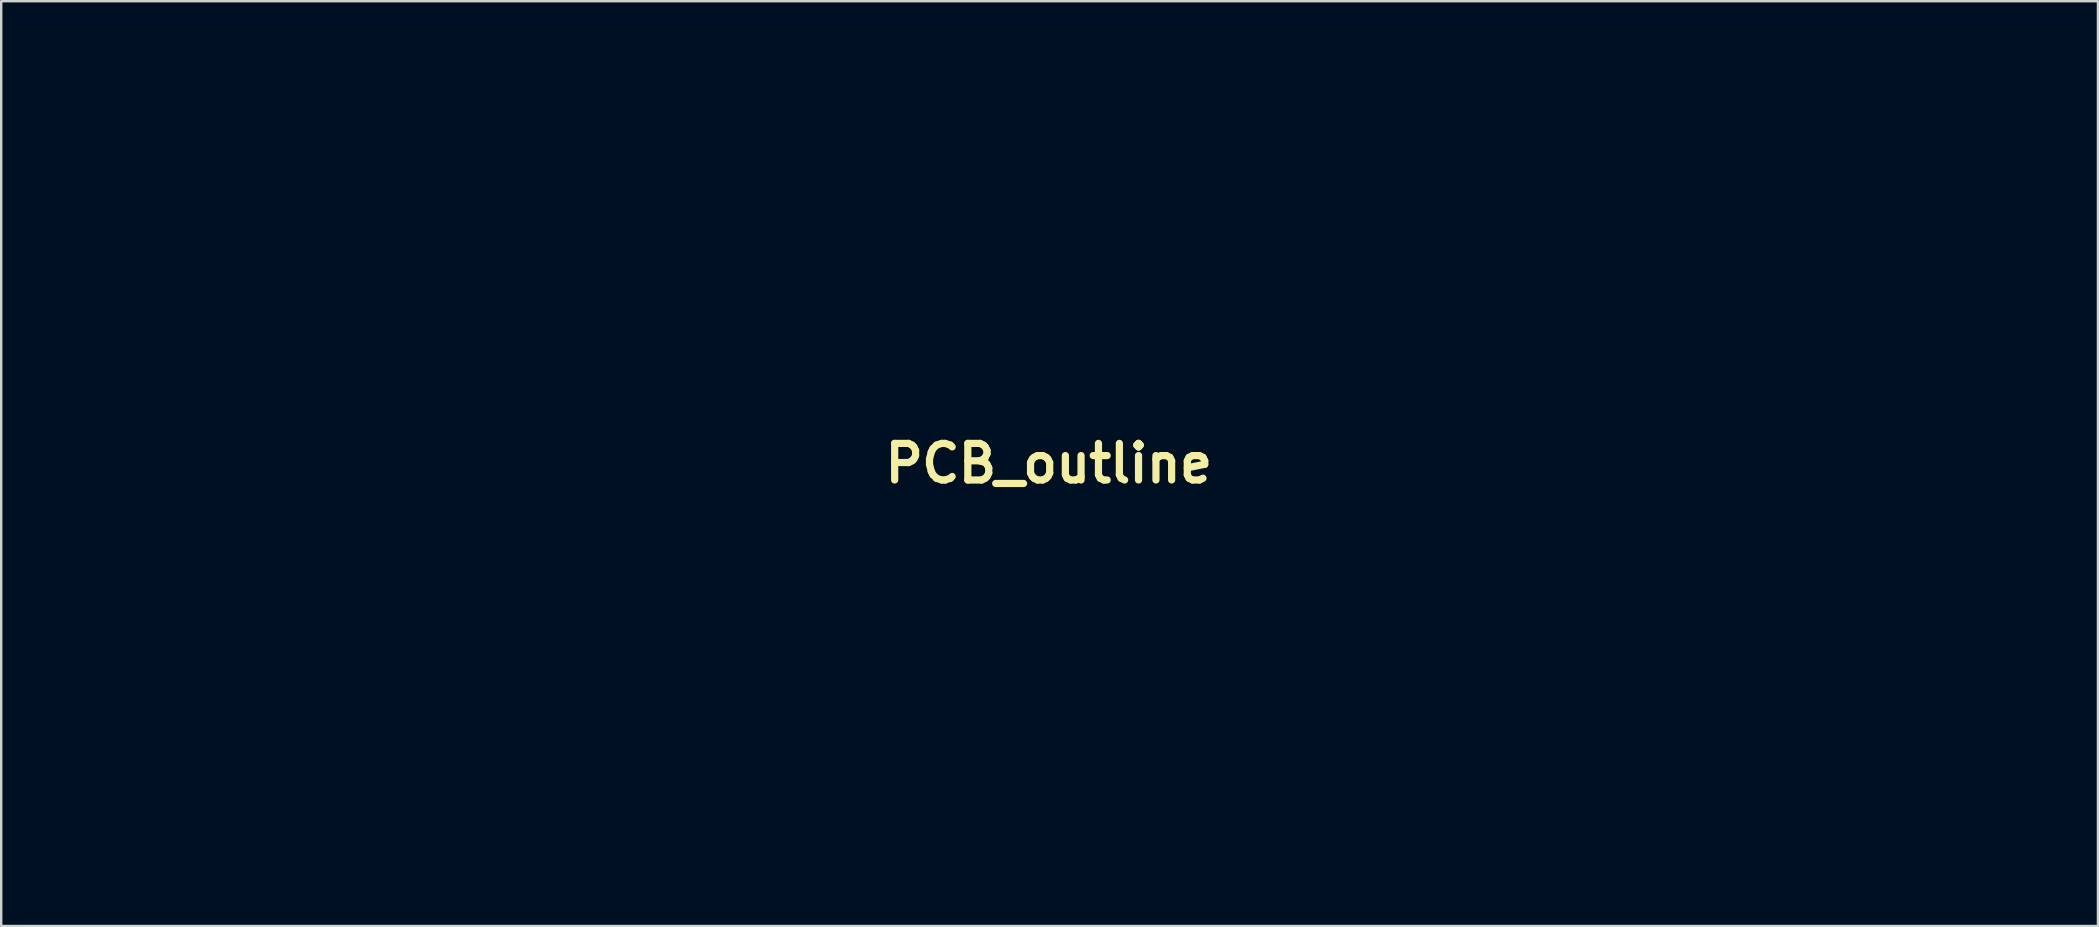
<source format=kicad_pcb>
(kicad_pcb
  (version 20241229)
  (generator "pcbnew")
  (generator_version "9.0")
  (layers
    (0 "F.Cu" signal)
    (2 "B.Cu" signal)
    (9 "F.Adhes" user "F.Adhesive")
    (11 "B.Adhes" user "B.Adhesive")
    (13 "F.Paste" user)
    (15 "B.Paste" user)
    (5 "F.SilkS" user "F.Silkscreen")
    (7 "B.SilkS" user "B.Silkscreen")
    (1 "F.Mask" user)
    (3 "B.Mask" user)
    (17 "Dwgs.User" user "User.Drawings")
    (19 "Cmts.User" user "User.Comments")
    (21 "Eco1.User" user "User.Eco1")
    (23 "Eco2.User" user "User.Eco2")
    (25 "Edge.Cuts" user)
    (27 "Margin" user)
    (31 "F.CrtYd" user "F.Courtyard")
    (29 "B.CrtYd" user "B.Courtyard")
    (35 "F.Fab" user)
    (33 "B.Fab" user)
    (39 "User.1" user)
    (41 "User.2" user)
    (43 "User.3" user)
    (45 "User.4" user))
  (footprint "PCB_outline"
    (layer "F.Cu")
    (at 40.648 16.258)
    (property "Reference" "PCB_outline" (at 0 0 0) (layer "F.SilkS") (effects (font (size 1.524 1.524) (thickness 0.3))))
    (attr through_hole)
    (fp_poly (pts (xy 10.181 -16.253) (xy 11.764 -16.252) (xy 13.282 -16.252) (xy 14.734 -16.252) (xy 16.123 -16.252) (xy 17.45 -16.252) (xy 18.716 -16.252) (xy 19.922 -16.251) (xy 21.069 -16.251) (xy 22.16 -16.25) (xy 23.194 -16.25) (xy 24.174 -16.249) (xy 25.1 -16.249) (xy 25.974 -16.248) (xy 26.798 -16.247) (xy 27.571 -16.246) (xy 28.297 -16.245) (xy 28.975 -16.244) (xy 29.608 -16.243) (xy 30.196 -16.242) (xy 30.741 -16.241) (xy 31.244 -16.24) (xy 31.706 -16.238) (xy 32.129 -16.237) (xy 32.513 -16.235) (xy 32.861 -16.234) (xy 33.173 -16.232) (xy 33.451 -16.23) (xy 33.696 -16.228) (xy 33.909 -16.226) (xy 34.092 -16.224) (xy 34.245 -16.222) (xy 34.37 -16.219) (xy 34.469 -16.217) (xy 34.542 -16.214) (xy 34.591 -16.212) (xy 34.616 -16.209) (xy 34.886 -16.159) (xy 35.103 -16.118) (xy 35.278 -16.081) (xy 35.426 -16.047) (xy 35.561 -16.011) (xy 35.696 -15.97) (xy 35.845 -15.922) (xy 35.852 -15.919) (xy 36.036 -15.856) (xy 36.22 -15.788) (xy 36.382 -15.724) (xy 36.487 -15.679) (xy 36.619 -15.618) (xy 36.743 -15.562) (xy 36.828 -15.525) (xy 36.95 -15.464) (xy 37.114 -15.372) (xy 37.304 -15.257) (xy 37.506 -15.129) (xy 37.706 -14.996) (xy 37.889 -14.867) (xy 37.961 -14.814) (xy 38.101 -14.703) (xy 38.261 -14.566) (xy 38.431 -14.412) (xy 38.601 -14.252) (xy 38.762 -14.093) (xy 38.904 -13.947) (xy 39.018 -13.821) (xy 39.093 -13.726) (xy 39.113 -13.695) (xy 39.156 -13.625) (xy 39.191 -13.593) (xy 39.193 -13.592) (xy 39.226 -13.565) (xy 39.288 -13.488) (xy 39.371 -13.372) (xy 39.468 -13.228) (xy 39.573 -13.066) (xy 39.68 -12.895) (xy 39.78 -12.726) (xy 39.83 -12.639) (xy 40.138 -12.018) (xy 40.382 -11.377) (xy 40.56 -10.715) (xy 40.672 -10.037) (xy 40.678 -9.981) (xy 40.69 -9.813) (xy 40.699 -9.596) (xy 40.704 -9.342) (xy 40.705 -9.063) (xy 40.702 -8.77) (xy 40.697 -8.474) (xy 40.688 -8.187) (xy 40.677 -7.921) (xy 40.663 -7.687) (xy 40.647 -7.497) (xy 40.629 -7.362) (xy 40.626 -7.345) (xy 40.512 -6.847) (xy 40.388 -6.402) (xy 40.247 -5.995) (xy 40.085 -5.609) (xy 39.895 -5.229) (xy 39.707 -4.9) (xy 39.618 -4.752) (xy 39.547 -4.636) (xy 39.482 -4.537) (xy 39.414 -4.441) (xy 39.333 -4.334) (xy 39.228 -4.202) (xy 39.099 -4.04) (xy 39.058 -3.995) (xy 38.969 -3.902) (xy 38.837 -3.765) (xy 38.662 -3.586) (xy 38.446 -3.367) (xy 38.193 -3.109) (xy 37.902 -2.816) (xy 37.578 -2.488) (xy 37.222 -2.128) (xy 36.835 -1.738) (xy 36.42 -1.32) (xy 35.979 -0.876) (xy 35.515 -0.408) (xy 35.028 0.081) (xy 34.521 0.59) (xy 33.997 1.117) (xy 33.456 1.66) (xy 32.902 2.216) (xy 32.337 2.784) (xy 31.761 3.361) (xy 31.178 3.946) (xy 30.59 4.536) (xy 29.998 5.129) (xy 29.404 5.724) (xy 28.812 6.318) (xy 28.221 6.909) (xy 27.636 7.495) (xy 27.057 8.074) (xy 26.487 8.644) (xy 25.928 9.203) (xy 25.382 9.749) (xy 24.85 10.28) (xy 24.336 10.793) (xy 23.841 11.288) (xy 23.367 11.761) (xy 22.916 12.21) (xy 22.49 12.635) (xy 22.091 13.031) (xy 21.722 13.399) (xy 21.384 13.734) (xy 21.08 14.036) (xy 20.811 14.303) (xy 20.579 14.531) (xy 20.387 14.72) (xy 20.237 14.867) (xy 20.13 14.97) (xy 20.069 15.027) (xy 20.063 15.032) (xy 19.722 15.305) (xy 19.392 15.531) (xy 19.052 15.722) (xy 18.682 15.887) (xy 18.265 16.039) (xy 18.245 16.045) (xy 18.205 16.059) (xy 18.171 16.072) (xy 18.141 16.085) (xy 18.114 16.097) (xy 18.088 16.109) (xy 18.061 16.12) (xy 18.034 16.131) (xy 18.003 16.141) (xy 17.967 16.15) (xy 17.926 16.159) (xy 17.877 16.168) (xy 17.819 16.176) (xy 17.751 16.184) (xy 17.671 16.191) (xy 17.578 16.198) (xy 17.47 16.204) (xy 17.345 16.21) (xy 17.203 16.216) (xy 17.042 16.221) (xy 16.861 16.226) (xy 16.657 16.231) (xy 16.43 16.235) (xy 16.178 16.239) (xy 15.899 16.243) (xy 15.593 16.246) (xy 15.257 16.249) (xy 14.89 16.252) (xy 14.491 16.254) (xy 14.059 16.256) (xy 13.591 16.258) (xy 13.087 16.26) (xy 12.545 16.262) (xy 11.963 16.263) (xy 11.34 16.264) (xy 10.675 16.265) (xy 9.965 16.266) (xy 9.211 16.266) (xy 8.409 16.267) (xy 7.56 16.267) (xy 6.66 16.267) (xy 5.71 16.267) (xy 4.706 16.267) (xy 3.649 16.267) (xy 2.536 16.267) (xy 1.366 16.267) (xy 0.138 16.266) (xy -1.151 16.266) (xy -2.5 16.266) (xy -3.913 16.265) (xy -5.39 16.265) (xy -6.933 16.265) (xy -8.5 16.264) (xy -9.826 16.264) (xy -11.135 16.264) (xy -12.426 16.263) (xy -13.697 16.263) (xy -14.946 16.262) (xy -16.172 16.262) (xy -17.373 16.262) (xy -18.547 16.261) (xy -19.692 16.261) (xy -20.807 16.26) (xy -21.891 16.26) (xy -22.941 16.259) (xy -23.955 16.258) (xy -24.933 16.258) (xy -25.872 16.257) (xy -26.771 16.257) (xy -27.628 16.256) (xy -28.441 16.255) (xy -29.209 16.255) (xy -29.929 16.254) (xy -30.601 16.253) (xy -31.223 16.253) (xy -31.792 16.252) (xy -32.307 16.251) (xy -32.767 16.251) (xy -33.17 16.25) (xy -33.514 16.249) (xy -33.797 16.249) (xy -34.018 16.248) (xy -34.174 16.247) (xy -34.266 16.247) (xy -34.29 16.246) (xy -34.663 16.195) (xy -35.067 16.118) (xy -35.472 16.022) (xy -35.693 15.96) (xy -35.871 15.902) (xy -36.08 15.822) (xy -36.308 15.729) (xy -36.539 15.628) (xy -36.761 15.524) (xy -36.961 15.425) (xy -37.123 15.336) (xy -37.236 15.264) (xy -37.242 15.259) (xy -37.312 15.214) (xy -37.379 15.177) (xy -37.462 15.128) (xy -37.583 15.045) (xy -37.729 14.938) (xy -37.887 14.819) (xy -38.042 14.697) (xy -38.18 14.583) (xy -38.186 14.578) (xy -38.693 14.098) (xy -39.145 13.578) (xy -39.542 13.016) (xy -39.885 12.412) (xy -40.053 12.056) (xy -40.293 11.434) (xy -40.475 10.789) (xy -40.525 10.557) (xy 7.74 10.557) (xy 7.742 10.701) (xy 7.751 10.796) (xy 7.773 10.866) (xy 7.814 10.93) (xy 7.846 10.972) (xy 8.011 11.127) (xy 8.204 11.224) (xy 8.412 11.261) (xy 8.626 11.234) (xy 8.737 11.194) (xy 8.913 11.079) (xy 9.038 10.921) (xy 9.109 10.723) (xy 9.121 10.552) (xy 11.739 10.552) (xy 11.77 10.771) (xy 11.861 10.959) (xy 12.013 11.116) (xy 12.077 11.161) (xy 12.172 11.217) (xy 12.253 11.246) (xy 12.349 11.255) (xy 12.467 11.251) (xy 12.612 11.237) (xy 12.72 11.208) (xy 12.82 11.154) (xy 12.844 11.137) (xy 12.989 10.999) (xy 13.089 10.827) (xy 13.141 10.636) (xy 13.142 10.541) (xy 15.761 10.541) (xy 15.763 10.597) (xy 15.78 10.744) (xy 15.817 10.857) (xy 15.877 10.955) (xy 16.025 11.109) (xy 16.206 11.211) (xy 16.408 11.256) (xy 16.615 11.242) (xy 16.784 11.181) (xy 16.902 11.103) (xy 17.013 11.003) (xy 17.04 10.972) (xy 17.092 10.902) (xy 17.123 10.838) (xy 17.139 10.759) (xy 17.144 10.645) (xy 17.145 10.554) (xy 17.139 10.381) (xy 17.114 10.254) (xy 17.06 10.152) (xy 16.967 10.053) (xy 16.874 9.973) (xy 16.804 9.921) (xy 16.741 9.89) (xy 16.663 9.874) (xy 16.55 9.869) (xy 16.459 9.868) (xy 16.314 9.87) (xy 16.218 9.879) (xy 16.148 9.901) (xy 16.084 9.94) (xy 16.041 9.973) (xy 15.885 10.135) (xy 15.792 10.323) (xy 15.761 10.541) (xy 13.142 10.541) (xy 13.144 10.44) (xy 13.096 10.255) (xy 12.995 10.094) (xy 12.984 10.082) (xy 12.828 9.951) (xy 12.658 9.878) (xy 12.455 9.855) (xy 12.387 9.857) (xy 12.249 9.87) (xy 12.153 9.894) (xy 12.071 9.94) (xy 12.024 9.975) (xy 11.868 10.135) (xy 11.775 10.315) (xy 11.74 10.525) (xy 11.739 10.552) (xy 9.121 10.552) (xy 9.125 10.489) (xy 9.123 10.466) (xy 9.079 10.264) (xy 8.975 10.095) (xy 8.809 9.953) (xy 8.767 9.927) (xy 8.678 9.883) (xy 8.588 9.861) (xy 8.468 9.856) (xy 8.392 9.859) (xy 8.203 9.881) (xy 8.055 9.939) (xy 7.926 10.043) (xy 7.834 10.151) (xy 7.787 10.22) (xy 7.759 10.287) (xy 7.745 10.374) (xy 7.74 10.5) (xy 7.74 10.557) (xy -40.525 10.557) (xy -40.54 10.487) (xy -40.577 10.266) (xy -40.605 10.028) (xy -40.625 9.763) (xy -40.637 9.458) (xy -40.643 9.103) (xy -40.643 8.839) (xy -40.641 8.623) (xy -34.314 8.623) (xy -34.257 8.826) (xy -34.169 8.982) (xy -34.052 9.097) (xy -33.887 9.192) (xy -33.878 9.196) (xy -33.705 9.254) (xy -33.537 9.261) (xy -33.387 9.231) (xy -33.256 9.17) (xy -33.12 9.069) (xy -33.003 8.948) (xy -32.929 8.831) (xy -32.893 8.686) (xy -32.886 8.531) (xy -30.287 8.531) (xy -30.259 8.748) (xy -30.175 8.936) (xy -30.045 9.088) (xy -29.877 9.196) (xy -29.683 9.253) (xy -29.469 9.252) (xy -29.372 9.231) (xy -29.217 9.158) (xy -29.07 9.036) (xy -28.951 8.884) (xy -28.93 8.845) (xy -28.874 8.667) (xy -28.871 8.525) (xy -26.275 8.525) (xy -26.253 8.724) (xy -26.177 8.903) (xy -26.058 9.054) (xy -25.903 9.169) (xy -25.72 9.24) (xy -25.517 9.258) (xy -25.356 9.231) (xy -25.178 9.148) (xy -25.029 9.013) (xy -24.919 8.841) (xy -24.859 8.647) (xy -24.851 8.547) (xy -24.851 8.542) (xy -19.736 8.542) (xy -19.713 8.749) (xy -19.638 8.922) (xy -19.533 9.051) (xy -19.372 9.168) (xy -19.181 9.236) (xy -18.979 9.253) (xy -18.785 9.216) (xy -18.715 9.186) (xy -18.583 9.094) (xy -18.463 8.97) (xy -18.378 8.837) (xy -18.36 8.793) (xy -18.341 8.69) (xy -18.337 8.607) (xy -15.718 8.607) (xy -15.673 8.797) (xy -15.579 8.968) (xy -15.441 9.11) (xy -15.265 9.211) (xy -15.058 9.262) (xy -15.032 9.264) (xy -14.969 9.257) (xy -14.869 9.234) (xy -14.804 9.216) (xy -14.613 9.127) (xy -14.464 8.995) (xy -14.361 8.83) (xy -14.306 8.645) (xy -14.305 8.552) (xy -11.705 8.552) (xy -11.672 8.757) (xy -11.58 8.942) (xy -11.439 9.094) (xy -11.257 9.201) (xy -11.199 9.222) (xy -11.061 9.257) (xy -10.945 9.26) (xy -10.813 9.234) (xy -10.798 9.23) (xy -10.6 9.142) (xy -10.445 9.005) (xy -10.34 8.826) (xy -10.29 8.614) (xy -10.287 8.54) (xy -7.689 8.54) (xy -7.663 8.732) (xy -7.583 8.911) (xy -7.448 9.066) (xy -7.261 9.186) (xy -7.112 9.245) (xy -6.985 9.264) (xy -6.847 9.246) (xy -6.781 9.23) (xy -6.587 9.144) (xy -6.435 9.014) (xy -6.328 8.851) (xy -6.269 8.667) (xy -6.261 8.473) (xy -6.308 8.281) (xy -6.412 8.104) (xy -6.465 8.045) (xy -6.641 7.912) (xy -6.836 7.839) (xy -7.037 7.827) (xy -7.234 7.877) (xy -7.415 7.989) (xy -7.417 7.991) (xy -7.567 8.158) (xy -7.657 8.345) (xy -7.689 8.54) (xy -10.287 8.54) (xy -10.287 8.531) (xy -10.296 8.384) (xy -10.327 8.272) (xy -10.379 8.176) (xy -10.518 8.012) (xy -10.69 7.899) (xy -10.88 7.838) (xy -11.078 7.832) (xy -11.27 7.883) (xy -11.444 7.991) (xy -11.475 8.02) (xy -11.611 8.186) (xy -11.685 8.368) (xy -11.705 8.552) (xy -14.305 8.552) (xy -14.303 8.452) (xy -14.355 8.262) (xy -14.464 8.088) (xy -14.502 8.047) (xy -14.679 7.914) (xy -14.872 7.842) (xy -15.07 7.829) (xy -15.263 7.873) (xy -15.438 7.974) (xy -15.584 8.129) (xy -15.634 8.209) (xy -15.707 8.407) (xy -15.718 8.607) (xy -18.337 8.607) (xy -18.334 8.552) (xy -18.338 8.457) (xy -18.356 8.316) (xy -18.392 8.212) (xy -18.455 8.115) (xy -18.462 8.106) (xy -18.617 7.958) (xy -18.792 7.868) (xy -18.978 7.831) (xy -19.164 7.844) (xy -19.341 7.903) (xy -19.496 8.005) (xy -19.621 8.146) (xy -19.705 8.323) (xy -19.736 8.532) (xy -19.736 8.542) (xy -24.851 8.542) (xy -24.876 8.339) (xy -24.954 8.164) (xy -25.053 8.044) (xy -25.229 7.909) (xy -25.423 7.838) (xy -25.557 7.826) (xy -25.773 7.858) (xy -25.963 7.95) (xy -26.117 8.093) (xy -26.225 8.281) (xy -26.238 8.317) (xy -26.275 8.525) (xy -28.871 8.525) (xy -28.87 8.469) (xy -28.914 8.276) (xy -28.991 8.131) (xy -29.142 7.976) (xy -29.323 7.875) (xy -29.521 7.83) (xy -29.724 7.841) (xy -29.919 7.909) (xy -30.08 8.025) (xy -30.198 8.166) (xy -30.264 8.323) (xy -30.287 8.519) (xy -30.287 8.531) (xy -32.886 8.531) (xy -32.885 8.512) (xy -32.905 8.343) (xy -32.932 8.254) (xy -33.035 8.092) (xy -33.186 7.959) (xy -33.367 7.867) (xy -33.561 7.827) (xy -33.594 7.827) (xy -33.806 7.858) (xy -33.991 7.944) (xy -34.14 8.073) (xy -34.249 8.236) (xy -34.309 8.423) (xy -34.314 8.623) (xy -40.641 8.623) (xy -40.64 8.461) (xy -40.631 8.141) (xy -40.616 7.869) (xy -40.595 7.632) (xy -40.566 7.421) (xy -40.528 7.225) (xy -40.516 7.174) (xy -40.495 7.078) (xy -40.483 7.019) (xy -40.366 6.541) (xy -40.366 6.539) (xy 7.74 6.539) (xy 7.742 6.683) (xy 7.751 6.779) (xy 7.772 6.848) (xy 7.812 6.911) (xy 7.846 6.955) (xy 7.945 7.054) (xy 8.066 7.145) (xy 8.103 7.167) (xy 8.287 7.229) (xy 8.489 7.236) (xy 8.689 7.188) (xy 8.825 7.118) (xy 8.981 6.973) (xy 9.085 6.789) (xy 9.119 6.627) (xy 11.738 6.627) (xy 11.789 6.815) (xy 11.893 6.985) (xy 12.05 7.126) (xy 12.116 7.165) (xy 12.308 7.231) (xy 12.514 7.239) (xy 12.715 7.19) (xy 12.845 7.119) (xy 12.998 6.973) (xy 13.102 6.793) (xy 13.152 6.593) (xy 13.145 6.437) (xy 15.756 6.437) (xy 15.764 6.624) (xy 15.809 6.806) (xy 15.877 6.94) (xy 16.019 7.087) (xy 16.197 7.189) (xy 16.394 7.24) (xy 16.594 7.237) (xy 16.777 7.177) (xy 16.958 7.051) (xy 17.082 6.888) (xy 17.149 6.685) (xy 17.155 6.609) (xy 19.771 6.609) (xy 19.816 6.79) (xy 19.906 6.951) (xy 20.035 7.082) (xy 20.194 7.179) (xy 20.376 7.231) (xy 20.573 7.233) (xy 20.778 7.177) (xy 20.823 7.156) (xy 20.991 7.036) (xy 21.109 6.872) (xy 21.173 6.669) (xy 21.185 6.523) (xy 21.176 6.371) (xy 21.142 6.251) (xy 21.073 6.14) (xy 20.977 6.031) (xy 20.812 5.903) (xy 20.625 5.833) (xy 20.431 5.819) (xy 20.24 5.86) (xy 20.066 5.954) (xy 19.919 6.098) (xy 19.848 6.212) (xy 19.779 6.413) (xy 19.771 6.609) (xy 17.155 6.609) (xy 17.162 6.522) (xy 17.149 6.344) (xy 17.101 6.204) (xy 17.009 6.078) (xy 16.928 5.999) (xy 16.755 5.886) (xy 16.556 5.826) (xy 16.349 5.823) (xy 16.153 5.879) (xy 16.132 5.889) (xy 16.021 5.969) (xy 15.908 6.087) (xy 15.818 6.215) (xy 15.79 6.273) (xy 15.756 6.437) (xy 13.145 6.437) (xy 13.144 6.388) (xy 13.092 6.228) (xy 12.98 6.064) (xy 12.827 5.938) (xy 12.648 5.855) (xy 12.456 5.819) (xy 12.266 5.834) (xy 12.092 5.906) (xy 12.075 5.917) (xy 11.909 6.066) (xy 11.798 6.241) (xy 11.741 6.432) (xy 11.738 6.627) (xy 9.119 6.627) (xy 9.129 6.578) (xy 9.13 6.536) (xy 9.12 6.371) (xy 9.082 6.243) (xy 9.006 6.121) (xy 8.939 6.043) (xy 8.785 5.918) (xy 8.601 5.841) (xy 8.405 5.815) (xy 8.214 5.843) (xy 8.06 5.916) (xy 7.971 5.99) (xy 7.876 6.087) (xy 7.846 6.121) (xy 7.794 6.192) (xy 7.762 6.255) (xy 7.746 6.333) (xy 7.741 6.446) (xy 7.74 6.539) (xy -40.366 6.539) (xy -40.196 6.041) (xy -39.978 5.534) (xy -39.719 5.035) (xy -39.695 4.993) (xy -39.564 4.773) (xy -39.436 4.577) (xy -39.298 4.385) (xy -39.135 4.176) (xy -39.005 4.016) (xy -38.963 3.971) (xy -38.876 3.881) (xy -38.744 3.746) (xy -38.57 3.569) (xy -38.356 3.351) (xy -38.103 3.096) (xy -37.815 2.805) (xy -37.492 2.48) (xy -37.137 2.123) (xy -36.752 1.736) (xy -36.347 1.329) (xy -17.185 1.329) (xy -17.169 1.595) (xy -17.099 1.854) (xy -16.976 2.097) (xy -16.8 2.314) (xy -16.574 2.496) (xy -16.525 2.526) (xy -16.26 2.644) (xy -15.978 2.7) (xy -15.692 2.696) (xy -15.414 2.629) (xy -15.293 2.578) (xy -15.063 2.43) (xy -14.859 2.231) (xy -14.698 1.999) (xy -14.663 1.93) (xy -14.619 1.827) (xy -14.591 1.734) (xy -14.577 1.627) (xy -14.571 1.485) (xy -14.571 1.39) (xy -14.572 1.308) (xy -14.364 1.308) (xy -14.364 1.39) (xy -14.361 1.567) (xy -14.353 1.695) (xy -14.336 1.791) (xy -14.309 1.874) (xy -14.281 1.934) (xy -14.139 2.159) (xy -13.95 2.361) (xy -13.73 2.526) (xy -13.494 2.642) (xy -13.357 2.682) (xy -13.191 2.7) (xy -12.995 2.696) (xy -12.798 2.672) (xy -12.629 2.631) (xy -12.577 2.611) (xy -12.311 2.459) (xy -12.091 2.261) (xy -11.923 2.026) (xy -11.811 1.759) (xy -11.761 1.468) (xy -11.76 1.459) (xy -11.769 1.307) (xy -11.593 1.307) (xy -11.583 1.584) (xy -11.512 1.857) (xy -11.39 2.101) (xy -11.208 2.327) (xy -10.985 2.502) (xy -10.73 2.624) (xy -10.453 2.69) (xy -10.163 2.697) (xy -9.869 2.641) (xy -9.829 2.628) (xy -9.656 2.546) (xy -9.475 2.423) (xy -9.31 2.275) (xy -9.182 2.122) (xy -9.16 2.086) (xy -9.032 1.806) (xy -8.969 1.521) (xy -8.969 1.352) (xy -8.793 1.352) (xy -8.785 1.57) (xy -8.752 1.765) (xy -8.738 1.811) (xy -8.622 2.057) (xy -8.451 2.28) (xy -8.238 2.467) (xy -7.995 2.608) (xy -7.801 2.676) (xy -7.619 2.701) (xy -7.406 2.697) (xy -7.191 2.668) (xy -7.004 2.616) (xy -6.965 2.6) (xy -6.719 2.452) (xy -6.505 2.254) (xy -6.338 2.02) (xy -6.308 1.963) (xy -6.257 1.855) (xy -6.224 1.765) (xy -6.206 1.674) (xy -6.198 1.559) (xy -6.196 1.4) (xy -6.196 1.389) (xy -5.99 1.389) (xy -5.988 1.555) (xy -5.979 1.674) (xy -5.96 1.768) (xy -5.926 1.859) (xy -5.889 1.939) (xy -5.731 2.188) (xy -5.525 2.4) (xy -5.281 2.567) (xy -5.014 2.676) (xy -4.994 2.682) (xy -4.909 2.693) (xy -4.782 2.699) (xy -4.639 2.697) (xy -4.625 2.696) (xy -4.439 2.679) (xy -4.283 2.64) (xy -4.145 2.583) (xy -3.892 2.431) (xy -3.689 2.241) (xy -3.537 2.021) (xy -3.435 1.78) (xy -3.384 1.526) (xy -3.384 1.316) (xy -3.216 1.316) (xy -3.205 1.598) (xy -3.131 1.878) (xy -3.087 1.979) (xy -2.988 2.135) (xy -2.848 2.297) (xy -2.69 2.442) (xy -2.537 2.545) (xy -2.277 2.65) (xy -2 2.7) (xy -1.723 2.696) (xy -1.462 2.637) (xy -1.351 2.591) (xy -1.13 2.451) (xy -0.927 2.262) (xy -0.761 2.045) (xy -0.702 1.939) (xy -0.654 1.836) (xy -0.624 1.746) (xy -0.608 1.648) (xy -0.602 1.52) (xy -0.601 1.39) (xy -0.601 1.35) (xy -0.418 1.35) (xy -0.404 1.559) (xy -0.368 1.763) (xy -0.316 1.931) (xy -0.313 1.938) (xy -0.194 2.135) (xy -0.024 2.322) (xy 0.182 2.486) (xy 0.406 2.613) (xy 0.593 2.681) (xy 0.756 2.702) (xy 0.954 2.699) (xy 1.158 2.673) (xy 1.343 2.628) (xy 1.42 2.598) (xy 1.554 2.523) (xy 1.695 2.425) (xy 1.77 2.363) (xy 1.968 2.141) (xy 2.104 1.903) (xy 2.184 1.654) (xy 2.211 1.402) (xy 2.2 1.283) (xy 27.091 1.283) (xy 27.123 1.553) (xy 27.22 1.81) (xy 27.38 2.046) (xy 27.454 2.126) (xy 27.68 2.306) (xy 27.934 2.426) (xy 28.207 2.483) (xy 28.49 2.476) (xy 28.743 2.415) (xy 28.966 2.302) (xy 29.168 2.131) (xy 29.34 1.913) (xy 29.45 1.709) (xy 29.495 1.555) (xy 29.52 1.363) (xy 29.522 1.162) (xy 29.502 0.979) (xy 29.482 0.901) (xy 29.365 0.649) (xy 29.199 0.436) (xy 28.994 0.266) (xy 28.759 0.142) (xy 28.505 0.07) (xy 28.24 0.053) (xy 27.974 0.094) (xy 27.755 0.179) (xy 27.609 0.276) (xy 27.457 0.414) (xy 27.322 0.571) (xy 27.226 0.723) (xy 27.225 0.725) (xy 27.125 1.005) (xy 27.091 1.283) (xy 2.2 1.283) (xy 2.188 1.153) (xy 2.119 0.915) (xy 2.007 0.693) (xy 1.857 0.495) (xy 1.673 0.327) (xy 1.457 0.196) (xy 1.214 0.109) (xy 0.947 0.073) (xy 0.66 0.094) (xy 0.536 0.12) (xy 0.291 0.217) (xy 0.066 0.369) (xy -0.128 0.564) (xy -0.28 0.79) (xy -0.38 1.035) (xy -0.408 1.164) (xy -0.418 1.35) (xy -0.601 1.35) (xy -0.603 1.221) (xy -0.613 1.099) (xy -0.633 1.001) (xy -0.668 0.905) (xy -0.693 0.851) (xy -0.846 0.601) (xy -1.052 0.387) (xy -1.299 0.218) (xy -1.331 0.202) (xy -1.443 0.148) (xy -1.534 0.114) (xy -1.627 0.095) (xy -1.743 0.087) (xy -1.905 0.086) (xy -2.071 0.088) (xy -2.19 0.097) (xy -2.285 0.116) (xy -2.375 0.15) (xy -2.446 0.183) (xy -2.7 0.343) (xy -2.907 0.545) (xy -3.064 0.78) (xy -3.168 1.041) (xy -3.216 1.316) (xy -3.384 1.316) (xy -3.383 1.267) (xy -3.433 1.012) (xy -3.533 0.77) (xy -3.683 0.548) (xy -3.884 0.355) (xy -4.135 0.2) (xy -4.146 0.195) (xy -4.264 0.142) (xy -4.362 0.11) (xy -4.465 0.093) (xy -4.597 0.087) (xy -4.702 0.086) (xy -4.869 0.089) (xy -4.99 0.099) (xy -5.089 0.123) (xy -5.191 0.162) (xy -5.225 0.178) (xy -5.472 0.33) (xy -5.687 0.533) (xy -5.854 0.772) (xy -5.878 0.819) (xy -5.93 0.93) (xy -5.963 1.022) (xy -5.981 1.117) (xy -5.988 1.237) (xy -5.99 1.389) (xy -6.196 1.389) (xy -6.196 1.374) (xy -6.197 1.205) (xy -6.204 1.086) (xy -6.221 0.994) (xy -6.251 0.91) (xy -6.296 0.815) (xy -6.429 0.611) (xy -6.609 0.42) (xy -6.815 0.261) (xy -6.959 0.182) (xy -7.23 0.095) (xy -7.507 0.072) (xy -7.779 0.107) (xy -8.039 0.197) (xy -8.275 0.338) (xy -8.48 0.526) (xy -8.644 0.756) (xy -8.736 0.961) (xy -8.777 1.139) (xy -8.793 1.352) (xy -8.969 1.352) (xy -8.969 1.239) (xy -9.029 0.967) (xy -9.147 0.714) (xy -9.32 0.487) (xy -9.546 0.295) (xy -9.734 0.185) (xy -9.836 0.138) (xy -9.926 0.109) (xy -10.025 0.093) (xy -10.155 0.087) (xy -10.28 0.086) (xy -10.446 0.088) (xy -10.564 0.096) (xy -10.659 0.116) (xy -10.75 0.149) (xy -10.829 0.187) (xy -11.082 0.346) (xy -11.287 0.546) (xy -11.442 0.779) (xy -11.545 1.035) (xy -11.593 1.307) (xy -11.769 1.307) (xy -11.777 1.16) (xy -11.857 0.882) (xy -11.997 0.631) (xy -12.195 0.412) (xy -12.447 0.231) (xy -12.511 0.195) (xy -12.613 0.145) (xy -12.698 0.113) (xy -12.79 0.096) (xy -12.91 0.088) (xy -13.06 0.087) (xy -13.223 0.088) (xy -13.339 0.095) (xy -13.432 0.114) (xy -13.523 0.148) (xy -13.636 0.202) (xy -13.638 0.202) (xy -13.88 0.353) (xy -14.077 0.544) (xy -14.242 0.788) (xy -14.253 0.807) (xy -14.302 0.901) (xy -14.334 0.979) (xy -14.353 1.061) (xy -14.361 1.164) (xy -14.364 1.308) (xy -14.572 1.308) (xy -14.573 1.221) (xy -14.582 1.1) (xy -14.602 1.003) (xy -14.637 0.911) (xy -14.661 0.858) (xy -14.819 0.598) (xy -15.017 0.387) (xy -15.246 0.228) (xy -15.498 0.122) (xy -15.765 0.072) (xy -16.037 0.08) (xy -16.308 0.147) (xy -16.568 0.275) (xy -16.699 0.369) (xy -16.905 0.575) (xy -17.054 0.81) (xy -17.147 1.064) (xy -17.185 1.329) (xy -36.347 1.329) (xy -36.339 1.321) (xy -35.899 0.88) (xy -35.436 0.415) (xy -34.951 -0.072) (xy -34.445 -0.578) (xy -33.922 -1.102) (xy -33.698 -1.327) (xy -29.568 -1.327) (xy -29.554 -1.119) (xy -29.512 -0.906) (xy -29.444 -0.711) (xy -29.426 -0.672) (xy -29.331 -0.523) (xy -29.2 -0.369) (xy -29.053 -0.228) (xy -28.909 -0.12) (xy -28.85 -0.087) (xy -28.558 0.02) (xy -28.273 0.059) (xy -27.988 0.031) (xy -27.876 0.002) (xy -27.633 -0.093) (xy -27.427 -0.222) (xy -27.239 -0.399) (xy -27.153 -0.502) (xy -27.096 -0.594) (xy -27.035 -0.728) (xy -26.979 -0.877) (xy -26.944 -0.998) (xy -26.917 -1.234) (xy -26.933 -1.407) (xy -18.586 -1.407) (xy -18.584 -1.246) (xy -18.575 -1.13) (xy -18.554 -1.036) (xy -18.516 -0.938) (xy -18.476 -0.856) (xy -18.321 -0.608) (xy -18.123 -0.399) (xy -17.893 -0.239) (xy -17.642 -0.134) (xy -17.53 -0.109) (xy -17.344 -0.095) (xy -17.134 -0.106) (xy -16.927 -0.14) (xy -16.749 -0.192) (xy -16.696 -0.216) (xy -16.45 -0.376) (xy -16.251 -0.58) (xy -16.102 -0.818) (xy -16.005 -1.08) (xy -15.965 -1.356) (xy -15.974 -1.491) (xy -15.805 -1.491) (xy -15.795 -1.21) (xy -15.722 -0.932) (xy -15.685 -0.845) (xy -15.539 -0.612) (xy -15.341 -0.408) (xy -15.105 -0.246) (xy -14.844 -0.135) (xy -14.777 -0.117) (xy -14.6 -0.094) (xy -14.392 -0.094) (xy -14.187 -0.118) (xy -14.073 -0.145) (xy -13.859 -0.238) (xy -13.652 -0.383) (xy -13.469 -0.565) (xy -13.329 -0.768) (xy -13.316 -0.793) (xy -13.212 -1.071) (xy -13.171 -1.355) (xy -13.174 -1.39) (xy -12.992 -1.39) (xy -12.99 -1.225) (xy -12.981 -1.107) (xy -12.963 -1.015) (xy -12.93 -0.927) (xy -12.895 -0.855) (xy -12.724 -0.586) (xy -12.514 -0.373) (xy -12.262 -0.215) (xy -11.968 -0.11) (xy -11.876 -0.09) (xy -11.729 -0.081) (xy -11.548 -0.095) (xy -11.359 -0.129) (xy -11.209 -0.174) (xy -10.986 -0.291) (xy -10.782 -0.463) (xy -10.608 -0.674) (xy -10.475 -0.911) (xy -10.394 -1.16) (xy -10.379 -1.258) (xy -10.378 -1.378) (xy -10.222 -1.378) (xy -10.188 -1.112) (xy -10.098 -0.857) (xy -9.954 -0.621) (xy -9.757 -0.411) (xy -9.509 -0.238) (xy -9.501 -0.234) (xy -9.401 -0.18) (xy -9.32 -0.144) (xy -9.242 -0.123) (xy -9.147 -0.114) (xy -9.018 -0.112) (xy -8.856 -0.116) (xy -8.683 -0.122) (xy -8.56 -0.133) (xy -8.464 -0.153) (xy -8.378 -0.186) (xy -8.317 -0.216) (xy -8.06 -0.385) (xy -7.856 -0.596) (xy -7.708 -0.843) (xy -7.618 -1.121) (xy -7.604 -1.284) (xy -7.415 -1.284) (xy -7.367 -1.027) (xy -7.269 -0.783) (xy -7.12 -0.56) (xy -6.921 -0.368) (xy -6.728 -0.243) (xy -6.451 -0.134) (xy -6.158 -0.088) (xy -5.859 -0.108) (xy -5.664 -0.157) (xy -5.442 -0.262) (xy -5.233 -0.421) (xy -5.05 -0.62) (xy -4.909 -0.845) (xy -4.873 -0.927) (xy -4.827 -1.069) (xy -4.802 -1.226) (xy -4.797 -1.34) (xy -4.631 -1.34) (xy -4.59 -1.072) (xy -4.493 -0.817) (xy -4.343 -0.583) (xy -4.138 -0.38) (xy -4.058 -0.321) (xy -3.792 -0.179) (xy -3.51 -0.102) (xy -3.214 -0.093) (xy -2.909 -0.149) (xy -2.877 -0.159) (xy -2.636 -0.27) (xy -2.419 -0.436) (xy -2.237 -0.647) (xy -2.1 -0.89) (xy -2.037 -1.073) (xy -1.997 -1.363) (xy -1.997 -1.369) (xy -1.841 -1.369) (xy -1.808 -1.104) (xy -1.719 -0.848) (xy -1.57 -0.608) (xy -1.446 -0.469) (xy -1.266 -0.323) (xy -1.06 -0.205) (xy -0.846 -0.124) (xy -0.643 -0.087) (xy -0.532 -0.089) (xy -0.459 -0.097) (xy -0.349 -0.11) (xy -0.285 -0.118) (xy -0.027 -0.182) (xy 0.212 -0.305) (xy 0.422 -0.479) (xy 0.593 -0.694) (xy 0.716 -0.942) (xy 0.742 -1.024) (xy 0.792 -1.315) (xy 0.787 -1.409) (xy 0.978 -1.409) (xy 0.978 -1.407) (xy 0.98 -1.236) (xy 0.988 -1.112) (xy 1.006 -1.015) (xy 1.037 -0.924) (xy 1.071 -0.85) (xy 1.221 -0.605) (xy 1.419 -0.403) (xy 1.653 -0.247) (xy 1.914 -0.143) (xy 2.192 -0.092) (xy 2.476 -0.101) (xy 2.754 -0.171) (xy 2.933 -0.264) (xy 3.117 -0.402) (xy 3.283 -0.568) (xy 3.412 -0.741) (xy 3.442 -0.794) (xy 3.548 -1.075) (xy 3.59 -1.359) (xy 3.571 -1.637) (xy 3.494 -1.903) (xy 3.363 -2.146) (xy 3.18 -2.359) (xy 2.95 -2.533) (xy 2.721 -2.643) (xy 2.502 -2.698) (xy 2.254 -2.712) (xy 2.004 -2.689) (xy 1.779 -2.628) (xy 1.711 -2.599) (xy 1.486 -2.456) (xy 1.282 -2.265) (xy 1.12 -2.045) (xy 1.081 -1.974) (xy 1.034 -1.874) (xy 1.004 -1.788) (xy 0.987 -1.696) (xy 0.98 -1.576) (xy 0.978 -1.409) (xy 0.787 -1.409) (xy 0.778 -1.602) (xy 0.706 -1.876) (xy 0.578 -2.127) (xy 0.4 -2.346) (xy 0.175 -2.524) (xy 0.051 -2.592) (xy -0.164 -2.667) (xy -0.407 -2.706) (xy -0.653 -2.709) (xy -0.878 -2.674) (xy -0.956 -2.649) (xy -1.223 -2.514) (xy -1.445 -2.337) (xy -1.619 -2.125) (xy -1.745 -1.887) (xy -1.82 -1.633) (xy -1.841 -1.369) (xy -1.997 -1.369) (xy -2.02 -1.648) (xy -2.104 -1.919) (xy -2.245 -2.167) (xy -2.437 -2.383) (xy -2.677 -2.558) (xy -2.728 -2.586) (xy -2.824 -2.634) (xy -2.905 -2.666) (xy -2.99 -2.684) (xy -3.099 -2.692) (xy -3.25 -2.694) (xy -3.312 -2.694) (xy -3.545 -2.686) (xy -3.731 -2.657) (xy -3.889 -2.6) (xy -4.039 -2.505) (xy -4.201 -2.367) (xy -4.226 -2.343) (xy -4.414 -2.121) (xy -4.544 -1.874) (xy -4.616 -1.61) (xy -4.631 -1.34) (xy -4.797 -1.34) (xy -4.795 -1.407) (xy -4.797 -1.562) (xy -4.809 -1.678) (xy -4.839 -1.784) (xy -4.892 -1.91) (xy -4.913 -1.957) (xy -5.064 -2.209) (xy -5.262 -2.417) (xy -5.515 -2.589) (xy -5.543 -2.604) (xy -5.627 -2.644) (xy -5.704 -2.671) (xy -5.794 -2.686) (xy -5.914 -2.693) (xy -6.084 -2.694) (xy -6.093 -2.694) (xy -6.268 -2.693) (xy -6.395 -2.685) (xy -6.491 -2.669) (xy -6.578 -2.641) (xy -6.66 -2.606) (xy -6.908 -2.455) (xy -7.108 -2.265) (xy -7.259 -2.044) (xy -7.36 -1.801) (xy -7.412 -1.545) (xy -7.415 -1.284) (xy -7.604 -1.284) (xy -7.591 -1.424) (xy -7.594 -1.489) (xy -7.632 -1.762) (xy -7.719 -1.996) (xy -7.861 -2.209) (xy -7.969 -2.327) (xy -8.195 -2.513) (xy -8.438 -2.635) (xy -8.713 -2.701) (xy -8.772 -2.708) (xy -9.064 -2.711) (xy -9.322 -2.66) (xy -9.559 -2.549) (xy -9.784 -2.377) (xy -9.982 -2.154) (xy -10.12 -1.907) (xy -10.2 -1.646) (xy -10.222 -1.378) (xy -10.378 -1.378) (xy -10.378 -1.486) (xy -10.415 -1.726) (xy -10.484 -1.946) (xy -10.511 -2.006) (xy -10.598 -2.138) (xy -10.727 -2.283) (xy -10.877 -2.424) (xy -11.03 -2.542) (xy -11.138 -2.607) (xy -11.263 -2.657) (xy -11.404 -2.688) (xy -11.585 -2.704) (xy -11.605 -2.705) (xy -11.873 -2.702) (xy -12.1 -2.659) (xy -12.304 -2.573) (xy -12.46 -2.471) (xy -12.618 -2.343) (xy -12.735 -2.216) (xy -12.832 -2.065) (xy -12.898 -1.933) (xy -12.943 -1.829) (xy -12.971 -1.736) (xy -12.986 -1.63) (xy -12.991 -1.489) (xy -12.992 -1.39) (xy -13.174 -1.39) (xy -13.192 -1.636) (xy -13.271 -1.906) (xy -13.406 -2.155) (xy -13.592 -2.373) (xy -13.828 -2.553) (xy -13.904 -2.597) (xy -13.993 -2.64) (xy -14.071 -2.669) (xy -14.158 -2.685) (xy -14.273 -2.692) (xy -14.434 -2.694) (xy -14.468 -2.694) (xy -14.643 -2.693) (xy -14.769 -2.685) (xy -14.866 -2.669) (xy -14.952 -2.641) (xy -15.034 -2.605) (xy -15.287 -2.451) (xy -15.494 -2.253) (xy -15.652 -2.021) (xy -15.757 -1.764) (xy -15.805 -1.491) (xy -15.974 -1.491) (xy -15.984 -1.638) (xy -16.067 -1.915) (xy -16.087 -1.96) (xy -16.21 -2.164) (xy -16.374 -2.356) (xy -16.559 -2.51) (xy -16.601 -2.538) (xy -16.824 -2.639) (xy -17.078 -2.697) (xy -17.343 -2.711) (xy -17.6 -2.68) (xy -17.827 -2.603) (xy -17.845 -2.595) (xy -18.094 -2.431) (xy -18.306 -2.221) (xy -18.466 -1.978) (xy -18.475 -1.96) (xy -18.528 -1.844) (xy -18.561 -1.748) (xy -18.578 -1.648) (xy -18.585 -1.518) (xy -18.586 -1.407) (xy -26.933 -1.407) (xy -26.941 -1.494) (xy -27.013 -1.758) (xy -27.016 -1.768) (xy -27.101 -1.931) (xy -27.231 -2.103) (xy -27.386 -2.264) (xy -27.55 -2.396) (xy -27.682 -2.471) (xy -27.954 -2.554) (xy -28.243 -2.581) (xy -28.53 -2.552) (xy -28.798 -2.47) (xy -28.86 -2.441) (xy -29.073 -2.296) (xy -29.261 -2.097) (xy -29.415 -1.856) (xy -29.525 -1.587) (xy -29.549 -1.502) (xy -29.568 -1.327) (xy -33.698 -1.327) (xy -33.383 -1.642) (xy -32.83 -2.196) (xy -32.265 -2.762) (xy -31.69 -3.337) (xy -31.107 -3.92) (xy -30.519 -4.508) (xy -29.927 -5.1) (xy -29.333 -5.694) (xy -28.739 -6.288) (xy -28.487 -6.539) (xy -21.122 -6.539) (xy -21.092 -6.322) (xy -21.009 -6.134) (xy -20.881 -5.983) (xy -20.719 -5.874) (xy -20.532 -5.815) (xy -20.331 -5.81) (xy -20.124 -5.868) (xy -20.115 -5.872) (xy -19.974 -5.948) (xy -19.875 -6.04) (xy -19.791 -6.171) (xy -19.786 -6.182) (xy -19.711 -6.385) (xy -19.702 -6.52) (xy -17.11 -6.52) (xy -17.106 -6.472) (xy -17.069 -6.291) (xy -16.999 -6.146) (xy -16.883 -6.009) (xy -16.868 -5.994) (xy -16.704 -5.88) (xy -16.512 -5.822) (xy -16.307 -5.819) (xy -16.103 -5.874) (xy -16.014 -5.918) (xy -15.855 -6.047) (xy -15.747 -6.208) (xy -15.688 -6.39) (xy -15.681 -6.537) (xy -13.085 -6.537) (xy -13.073 -6.406) (xy -13.046 -6.28) (xy -13.032 -6.24) (xy -12.96 -6.121) (xy -12.849 -5.998) (xy -12.726 -5.896) (xy -12.645 -5.85) (xy -12.482 -5.811) (xy -12.299 -5.813) (xy -12.126 -5.856) (xy -12.108 -5.864) (xy -11.91 -5.987) (xy -11.765 -6.142) (xy -11.677 -6.321) (xy -11.646 -6.514) (xy -11.649 -6.536) (xy -9.044 -6.536) (xy -9.042 -6.39) (xy -9.03 -6.29) (xy -9.005 -6.213) (xy -8.961 -6.139) (xy -8.951 -6.123) (xy -8.804 -5.966) (xy -8.623 -5.86) (xy -8.422 -5.809) (xy -8.216 -5.818) (xy -8.131 -5.841) (xy -8.022 -5.89) (xy -7.914 -5.957) (xy -7.905 -5.964) (xy -7.821 -6.05) (xy -7.738 -6.172) (xy -7.668 -6.306) (xy -7.627 -6.427) (xy -7.62 -6.479) (xy -7.65 -6.689) (xy -7.733 -6.882) (xy -7.861 -7.047) (xy -8.022 -7.169) (xy -8.159 -7.224) (xy -8.383 -7.249) (xy -8.594 -7.208) (xy -8.784 -7.104) (xy -8.946 -6.942) (xy -8.996 -6.87) (xy -9.025 -6.803) (xy -9.04 -6.717) (xy -9.044 -6.592) (xy -9.044 -6.536) (xy -11.649 -6.536) (xy -11.675 -6.711) (xy -11.765 -6.903) (xy -11.876 -7.039) (xy -12.045 -7.166) (xy -12.229 -7.234) (xy -12.419 -7.247) (xy -12.603 -7.211) (xy -12.771 -7.129) (xy -12.914 -7.006) (xy -13.019 -6.845) (xy -13.077 -6.653) (xy -13.085 -6.537) (xy -15.681 -6.537) (xy -15.679 -6.58) (xy -15.716 -6.767) (xy -15.799 -6.939) (xy -15.927 -7.083) (xy -16.098 -7.189) (xy -16.153 -7.209) (xy -16.353 -7.243) (xy -16.549 -7.22) (xy -16.731 -7.148) (xy -16.889 -7.033) (xy -17.011 -6.885) (xy -17.089 -6.712) (xy -17.11 -6.52) (xy -19.702 -6.52) (xy -19.698 -6.584) (xy -19.737 -6.77) (xy -19.822 -6.936) (xy -19.945 -7.074) (xy -20.098 -7.177) (xy -20.274 -7.238) (xy -20.466 -7.248) (xy -20.666 -7.201) (xy -20.758 -7.158) (xy -20.935 -7.027) (xy -21.054 -6.858) (xy -21.115 -6.654) (xy -21.122 -6.539) (xy -28.487 -6.539) (xy -28.148 -6.878) (xy -27.561 -7.465) (xy -26.98 -8.045) (xy -26.418 -8.605) (xy 6.324 -8.605) (xy 6.333 -8.402) (xy 6.408 -8.206) (xy 6.514 -8.06) (xy 6.654 -7.936) (xy 6.819 -7.851) (xy 7.029 -7.797) (xy 7.04 -7.795) (xy 7.082 -7.802) (xy 7.166 -7.824) (xy 7.216 -7.839) (xy 7.426 -7.934) (xy 7.591 -8.076) (xy 7.69 -8.231) (xy 7.752 -8.434) (xy 7.753 -8.472) (xy 10.342 -8.472) (xy 10.394 -8.268) (xy 10.445 -8.169) (xy 10.587 -7.996) (xy 10.762 -7.88) (xy 10.965 -7.826) (xy 11.188 -7.833) (xy 11.318 -7.865) (xy 11.442 -7.93) (xy 11.568 -8.037) (xy 11.675 -8.167) (xy 11.728 -8.264) (xy 11.769 -8.429) (xy 11.771 -8.49) (xy 14.368 -8.49) (xy 14.412 -8.293) (xy 14.51 -8.11) (xy 14.66 -7.954) (xy 14.667 -7.949) (xy 14.847 -7.849) (xy 15.04 -7.813) (xy 15.25 -7.842) (xy 15.396 -7.893) (xy 15.539 -7.984) (xy 15.668 -8.114) (xy 15.757 -8.259) (xy 15.761 -8.27) (xy 15.79 -8.412) (xy 15.789 -8.584) (xy 15.779 -8.646) (xy 18.379 -8.646) (xy 18.382 -8.46) (xy 18.396 -8.384) (xy 18.433 -8.254) (xy 18.489 -8.153) (xy 18.581 -8.049) (xy 18.599 -8.031) (xy 18.738 -7.918) (xy 18.872 -7.849) (xy 18.896 -7.842) (xy 19.082 -7.823) (xy 19.278 -7.851) (xy 19.454 -7.92) (xy 19.495 -7.945) (xy 19.666 -8.099) (xy 19.774 -8.276) (xy 19.817 -8.477) (xy 19.809 -8.592) (xy 24.916 -8.592) (xy 24.928 -8.407) (xy 24.989 -8.227) (xy 25.099 -8.065) (xy 25.26 -7.929) (xy 25.365 -7.872) (xy 25.485 -7.84) (xy 25.64 -7.83) (xy 25.797 -7.843) (xy 25.924 -7.876) (xy 26.075 -7.973) (xy 26.203 -8.116) (xy 26.297 -8.289) (xy 26.344 -8.46) (xy 28.94 -8.46) (xy 28.985 -8.272) (xy 29.078 -8.1) (xy 29.219 -7.957) (xy 29.389 -7.862) (xy 29.531 -7.832) (xy 29.703 -7.834) (xy 29.876 -7.867) (xy 29.959 -7.897) (xy 30.136 -8.009) (xy 30.265 -8.157) (xy 30.343 -8.331) (xy 30.362 -8.462) (xy 32.959 -8.462) (xy 33.004 -8.273) (xy 33.098 -8.101) (xy 33.24 -7.957) (xy 33.374 -7.877) (xy 33.499 -7.845) (xy 33.66 -7.838) (xy 33.828 -7.852) (xy 33.975 -7.889) (xy 34.015 -7.906) (xy 34.166 -8.016) (xy 34.286 -8.174) (xy 34.362 -8.361) (xy 34.379 -8.453) (xy 34.375 -8.674) (xy 34.308 -8.869) (xy 34.177 -9.04) (xy 34.035 -9.155) (xy 33.94 -9.21) (xy 33.846 -9.239) (xy 33.722 -9.249) (xy 33.672 -9.25) (xy 33.533 -9.245) (xy 33.43 -9.223) (xy 33.33 -9.175) (xy 33.285 -9.147) (xy 33.126 -9.011) (xy 33.02 -8.844) (xy 32.964 -8.657) (xy 32.959 -8.462) (xy 30.362 -8.462) (xy 30.371 -8.519) (xy 30.348 -8.71) (xy 30.274 -8.894) (xy 30.149 -9.058) (xy 30.002 -9.174) (xy 29.899 -9.221) (xy 29.771 -9.244) (xy 29.658 -9.249) (xy 29.521 -9.245) (xy 29.42 -9.224) (xy 29.324 -9.18) (xy 29.271 -9.148) (xy 29.11 -9.01) (xy 29.001 -8.841) (xy 28.945 -8.654) (xy 28.94 -8.46) (xy 26.344 -8.46) (xy 26.347 -8.471) (xy 26.345 -8.638) (xy 26.293 -8.811) (xy 26.211 -8.967) (xy 26.111 -9.083) (xy 26.103 -9.091) (xy 25.964 -9.172) (xy 25.795 -9.23) (xy 25.628 -9.257) (xy 25.53 -9.253) (xy 25.321 -9.191) (xy 25.153 -9.083) (xy 25.029 -8.94) (xy 24.95 -8.773) (xy 24.916 -8.592) (xy 19.809 -8.592) (xy 19.804 -8.656) (xy 19.75 -8.845) (xy 19.662 -8.991) (xy 19.524 -9.119) (xy 19.498 -9.138) (xy 19.395 -9.204) (xy 19.303 -9.238) (xy 19.19 -9.249) (xy 19.135 -9.25) (xy 18.908 -9.225) (xy 18.72 -9.146) (xy 18.563 -9.01) (xy 18.544 -8.987) (xy 18.431 -8.815) (xy 18.379 -8.646) (xy 15.779 -8.646) (xy 15.76 -8.758) (xy 15.72 -8.874) (xy 15.611 -9.038) (xy 15.461 -9.157) (xy 15.282 -9.229) (xy 15.089 -9.253) (xy 14.893 -9.227) (xy 14.707 -9.148) (xy 14.573 -9.045) (xy 14.448 -8.879) (xy 14.38 -8.69) (xy 14.368 -8.49) (xy 11.771 -8.49) (xy 11.774 -8.614) (xy 11.741 -8.785) (xy 11.721 -8.836) (xy 11.599 -9.021) (xy 11.441 -9.154) (xy 11.258 -9.234) (xy 11.061 -9.258) (xy 10.861 -9.226) (xy 10.67 -9.133) (xy 10.561 -9.046) (xy 10.427 -8.873) (xy 10.354 -8.678) (xy 10.342 -8.472) (xy 7.753 -8.472) (xy 7.754 -8.632) (xy 7.704 -8.816) (xy 7.608 -8.98) (xy 7.475 -9.113) (xy 7.311 -9.207) (xy 7.125 -9.255) (xy 6.924 -9.247) (xy 6.814 -9.217) (xy 6.619 -9.115) (xy 6.468 -8.96) (xy 6.382 -8.81) (xy 6.324 -8.605) (xy -26.418 -8.605) (xy -26.408 -8.616) (xy -25.846 -9.177) (xy -25.296 -9.725) (xy -24.761 -10.259) (xy -24.447 -10.572) (xy -17.116 -10.572) (xy -17.094 -10.375) (xy -17.017 -10.19) (xy -16.891 -10.03) (xy -16.723 -9.906) (xy -16.591 -9.85) (xy -16.456 -9.83) (xy -16.293 -9.839) (xy -16.136 -9.873) (xy -16.06 -9.904) (xy -15.887 -10.03) (xy -15.766 -10.199) (xy -15.7 -10.405) (xy -15.695 -10.461) (xy -13.085 -10.461) (xy -13.06 -10.347) (xy -12.966 -10.146) (xy -12.828 -9.99) (xy -12.657 -9.885) (xy -12.463 -9.832) (xy -12.257 -9.838) (xy -12.05 -9.906) (xy -11.997 -9.935) (xy -11.836 -10.067) (xy -11.723 -10.239) (xy -11.663 -10.437) (xy -11.662 -10.571) (xy -9.069 -10.571) (xy -9.053 -10.384) (xy -8.985 -10.207) (xy -8.864 -10.048) (xy -8.759 -9.964) (xy -8.573 -9.862) (xy -8.401 -9.821) (xy -8.224 -9.836) (xy -8.129 -9.865) (xy -7.938 -9.965) (xy -7.787 -10.116) (xy -7.703 -10.254) (xy -7.65 -10.373) (xy -7.628 -10.467) (xy -7.633 -10.569) (xy -7.637 -10.597) (xy -7.677 -10.785) (xy -7.742 -10.928) (xy -7.844 -11.05) (xy -7.892 -11.094) (xy -8.072 -11.212) (xy -8.261 -11.265) (xy -8.468 -11.254) (xy -8.671 -11.187) (xy -8.836 -11.074) (xy -8.958 -10.927) (xy -9.037 -10.755) (xy -9.069 -10.571) (xy -11.662 -10.571) (xy -11.662 -10.649) (xy -11.684 -10.754) (xy -11.774 -10.948) (xy -11.914 -11.102) (xy -12.095 -11.209) (xy -12.305 -11.26) (xy -12.37 -11.263) (xy -12.581 -11.235) (xy -12.766 -11.151) (xy -12.916 -11.021) (xy -13.024 -10.856) (xy -13.083 -10.666) (xy -13.085 -10.461) (xy -15.695 -10.461) (xy -15.688 -10.548) (xy -15.716 -10.77) (xy -15.802 -10.957) (xy -15.946 -11.108) (xy -16.147 -11.221) (xy -16.197 -11.24) (xy -16.391 -11.274) (xy -16.583 -11.247) (xy -16.763 -11.163) (xy -16.919 -11.031) (xy -17.039 -10.854) (xy -17.076 -10.77) (xy -17.116 -10.572) (xy -24.447 -10.572) (xy -24.243 -10.776) (xy -23.743 -11.274) (xy -23.263 -11.752) (xy -22.806 -12.207) (xy -22.374 -12.637) (xy -21.968 -13.04) (xy -21.591 -13.415) (xy -21.245 -13.759) (xy -20.931 -14.07) (xy -20.652 -14.346) (xy -20.41 -14.586) (xy -20.206 -14.786) (xy -20.043 -14.946) (xy -19.924 -15.062) (xy -19.849 -15.134) (xy -19.822 -15.157) (xy -19.73 -15.228) (xy -19.661 -15.284) (xy -19.634 -15.31) (xy -19.592 -15.344) (xy -19.502 -15.403) (xy -19.379 -15.478) (xy -19.234 -15.563) (xy -19.082 -15.648) (xy -18.936 -15.726) (xy -18.887 -15.75) (xy -18.453 -15.94) (xy -17.974 -16.097) (xy -17.674 -16.172) (xy -17.317 -16.253) (xy 8.53 -16.253) (xy 10.181 -16.253)) (stroke (width 0.01) (type solid)) (fill no) (layer "Eco1.User")))
  (gr_rect
    (start -3 -3)
    (end 84.358 35.53)
    (stroke (width 0.1) (type default))
    (fill no)
    (layer "Edge.Cuts")))
</source>
